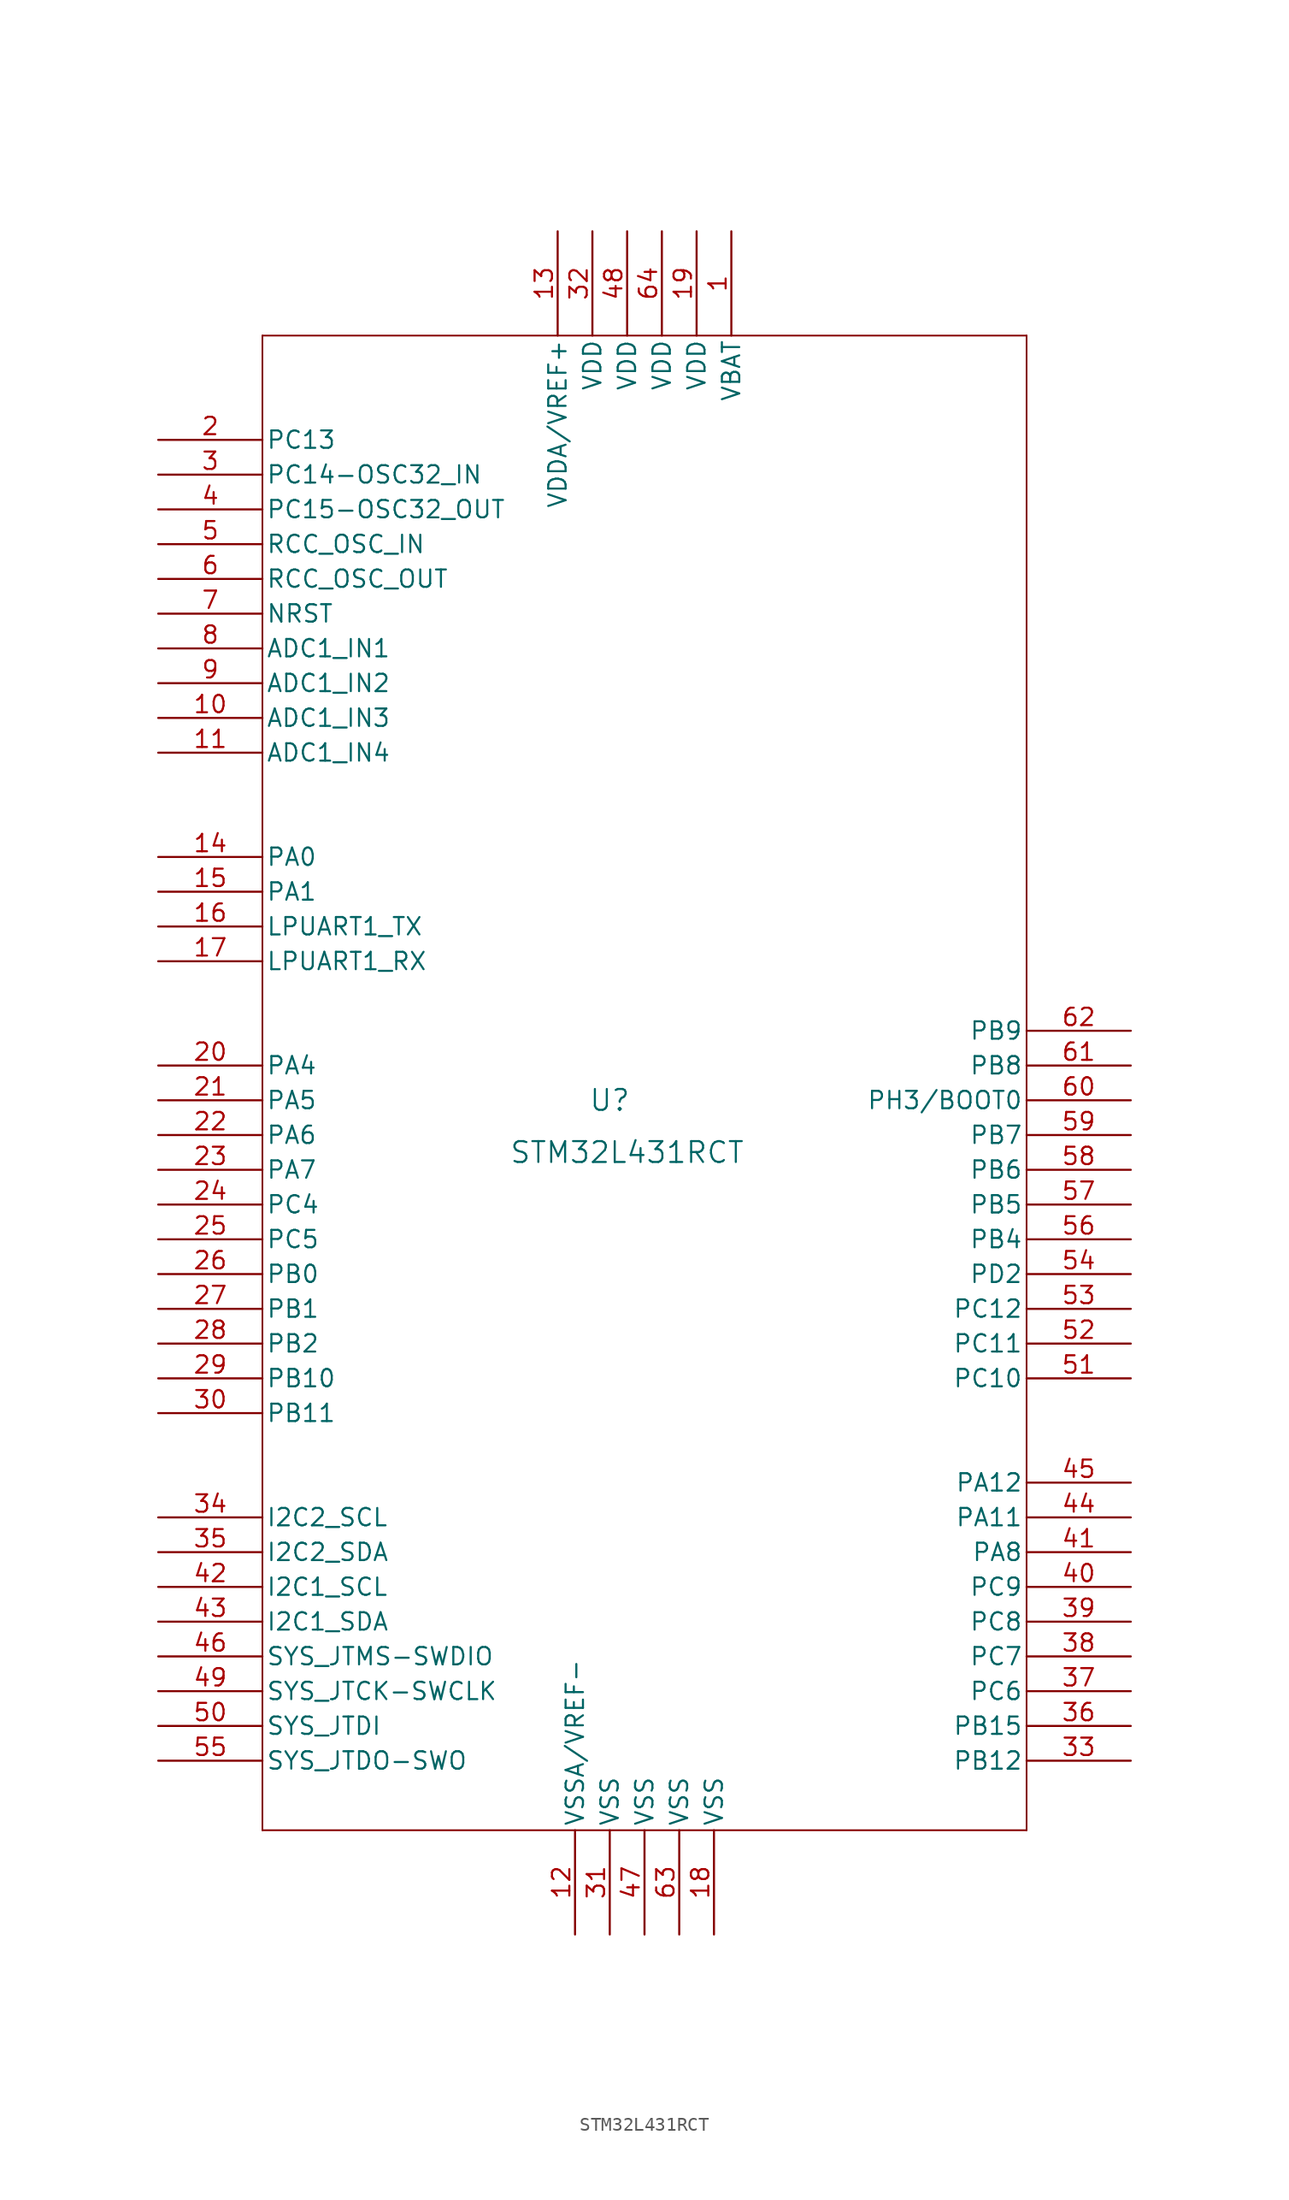
<source format=kicad_sym>
(kicad_symbol_lib
  (version 20211014)
  (generator kicad_symbol_editor)
  (symbol "STM32L431RCT"
    (pin_names
      (offset 0.254))
    (property "Reference" "U"
      (at 33.02 -50.8 0)
      (effects (font (size 1.524 1.524))))
    (property "Value" "STM32L431RCT"
      (at 34.29 -54.61 0)
      (effects (font (size 1.524 1.524))))
    (property "ki_locked" ""
      (at 0 0 0)
      (effects (font (size 1.27 1.27))))
    (symbol "STM32L431RCT_0_1"
      (polyline (pts (xy 7.62 -104.14) (xy 63.5 -104.14)) (stroke (width 0.127) (type default) (color 0 0 0 0)) (fill (type none)))
      (polyline (pts (xy 7.62 5.08) (xy 7.62 -104.14)) (stroke (width 0.127) (type default) (color 0 0 0 0)) (fill (type none)))
      (polyline (pts (xy 63.5 -104.14) (xy 63.5 5.08)) (stroke (width 0.127) (type default) (color 0 0 0 0)) (fill (type none)))
      (polyline (pts (xy 63.5 5.08) (xy 7.62 5.08)) (stroke (width 0.127) (type default) (color 0 0 0 0)) (fill (type none)))
      (pin power_in line (at 41.91 12.7 270) (length 7.62) (name "VBAT" (effects (font (size 1.27 1.27)))) (number "1" (effects (font (size 1.27 1.27)))))
      (pin unspecified line (at 0 -22.86 0) (length 7.62) (name "ADC1_IN3" (effects (font (size 1.27 1.27)))) (number "10" (effects (font (size 1.27 1.27)))))
      (pin unspecified line (at 0 -25.4 0) (length 7.62) (name "ADC1_IN4" (effects (font (size 1.27 1.27)))) (number "11" (effects (font (size 1.27 1.27)))))
      (pin power_in line (at 30.48 -111.76 90) (length 7.62) (name "VSSA/VREF-" (effects (font (size 1.27 1.27)))) (number "12" (effects (font (size 1.27 1.27)))))
      (pin power_in line (at 29.21 12.7 270) (length 7.62) (name "VDDA/VREF+" (effects (font (size 1.27 1.27)))) (number "13" (effects (font (size 1.27 1.27)))))
      (pin bidirectional line (at 0 -33.02 0) (length 7.62) (name "PA0" (effects (font (size 1.27 1.27)))) (number "14" (effects (font (size 1.27 1.27)))))
      (pin bidirectional line (at 0 -35.56 0) (length 7.62) (name "PA1" (effects (font (size 1.27 1.27)))) (number "15" (effects (font (size 1.27 1.27)))))
      (pin unspecified line (at 0 -38.1 0) (length 7.62) (name "LPUART1_TX" (effects (font (size 1.27 1.27)))) (number "16" (effects (font (size 1.27 1.27)))))
      (pin unspecified line (at 0 -40.64 0) (length 7.62) (name "LPUART1_RX" (effects (font (size 1.27 1.27)))) (number "17" (effects (font (size 1.27 1.27)))))
      (pin power_in line (at 40.64 -111.76 90) (length 7.62) (name "VSS" (effects (font (size 1.27 1.27)))) (number "18" (effects (font (size 1.27 1.27)))))
      (pin power_in line (at 39.37 12.7 270) (length 7.62) (name "VDD" (effects (font (size 1.27 1.27)))) (number "19" (effects (font (size 1.27 1.27)))))
      (pin bidirectional line (at 0 -2.54 0) (length 7.62) (name "PC13" (effects (font (size 1.27 1.27)))) (number "2" (effects (font (size 1.27 1.27)))))
      (pin bidirectional line (at 0 -48.26 0) (length 7.62) (name "PA4" (effects (font (size 1.27 1.27)))) (number "20" (effects (font (size 1.27 1.27)))))
      (pin bidirectional line (at 0 -50.8 0) (length 7.62) (name "PA5" (effects (font (size 1.27 1.27)))) (number "21" (effects (font (size 1.27 1.27)))))
      (pin bidirectional line (at 0 -53.34 0) (length 7.62) (name "PA6" (effects (font (size 1.27 1.27)))) (number "22" (effects (font (size 1.27 1.27)))))
      (pin bidirectional line (at 0 -55.88 0) (length 7.62) (name "PA7" (effects (font (size 1.27 1.27)))) (number "23" (effects (font (size 1.27 1.27)))))
      (pin bidirectional line (at 0 -58.42 0) (length 7.62) (name "PC4" (effects (font (size 1.27 1.27)))) (number "24" (effects (font (size 1.27 1.27)))))
      (pin bidirectional line (at 0 -60.96 0) (length 7.62) (name "PC5" (effects (font (size 1.27 1.27)))) (number "25" (effects (font (size 1.27 1.27)))))
      (pin bidirectional line (at 0 -63.5 0) (length 7.62) (name "PB0" (effects (font (size 1.27 1.27)))) (number "26" (effects (font (size 1.27 1.27)))))
      (pin bidirectional line (at 0 -66.04 0) (length 7.62) (name "PB1" (effects (font (size 1.27 1.27)))) (number "27" (effects (font (size 1.27 1.27)))))
      (pin bidirectional line (at 0 -68.58 0) (length 7.62) (name "PB2" (effects (font (size 1.27 1.27)))) (number "28" (effects (font (size 1.27 1.27)))))
      (pin bidirectional line (at 0 -71.12 0) (length 7.62) (name "PB10" (effects (font (size 1.27 1.27)))) (number "29" (effects (font (size 1.27 1.27)))))
      (pin bidirectional line (at 0 -5.08 0) (length 7.62) (name "PC14-OSC32_IN" (effects (font (size 1.27 1.27)))) (number "3" (effects (font (size 1.27 1.27)))))
      (pin bidirectional line (at 0 -73.66 0) (length 7.62) (name "PB11" (effects (font (size 1.27 1.27)))) (number "30" (effects (font (size 1.27 1.27)))))
      (pin power_in line (at 33.02 -111.76 90) (length 7.62) (name "VSS" (effects (font (size 1.27 1.27)))) (number "31" (effects (font (size 1.27 1.27)))))
      (pin power_in line (at 31.75 12.7 270) (length 7.62) (name "VDD" (effects (font (size 1.27 1.27)))) (number "32" (effects (font (size 1.27 1.27)))))
      (pin bidirectional line (at 71.12 -99.06 180) (length 7.62) (name "PB12" (effects (font (size 1.27 1.27)))) (number "33" (effects (font (size 1.27 1.27)))))
      (pin unspecified line (at 0 -81.28 0) (length 7.62) (name "I2C2_SCL" (effects (font (size 1.27 1.27)))) (number "34" (effects (font (size 1.27 1.27)))))
      (pin unspecified line (at 0 -83.82 0) (length 7.62) (name "I2C2_SDA" (effects (font (size 1.27 1.27)))) (number "35" (effects (font (size 1.27 1.27)))))
      (pin bidirectional line (at 71.12 -96.52 180) (length 7.62) (name "PB15" (effects (font (size 1.27 1.27)))) (number "36" (effects (font (size 1.27 1.27)))))
      (pin bidirectional line (at 71.12 -93.98 180) (length 7.62) (name "PC6" (effects (font (size 1.27 1.27)))) (number "37" (effects (font (size 1.27 1.27)))))
      (pin bidirectional line (at 71.12 -91.44 180) (length 7.62) (name "PC7" (effects (font (size 1.27 1.27)))) (number "38" (effects (font (size 1.27 1.27)))))
      (pin bidirectional line (at 71.12 -88.9 180) (length 7.62) (name "PC8" (effects (font (size 1.27 1.27)))) (number "39" (effects (font (size 1.27 1.27)))))
      (pin bidirectional line (at 0 -7.62 0) (length 7.62) (name "PC15-OSC32_OUT" (effects (font (size 1.27 1.27)))) (number "4" (effects (font (size 1.27 1.27)))))
      (pin bidirectional line (at 71.12 -86.36 180) (length 7.62) (name "PC9" (effects (font (size 1.27 1.27)))) (number "40" (effects (font (size 1.27 1.27)))))
      (pin bidirectional line (at 71.12 -83.82 180) (length 7.62) (name "PA8" (effects (font (size 1.27 1.27)))) (number "41" (effects (font (size 1.27 1.27)))))
      (pin unspecified line (at 0 -86.36 0) (length 7.62) (name "I2C1_SCL" (effects (font (size 1.27 1.27)))) (number "42" (effects (font (size 1.27 1.27)))))
      (pin unspecified line (at 0 -88.9 0) (length 7.62) (name "I2C1_SDA" (effects (font (size 1.27 1.27)))) (number "43" (effects (font (size 1.27 1.27)))))
      (pin bidirectional line (at 71.12 -81.28 180) (length 7.62) (name "PA11" (effects (font (size 1.27 1.27)))) (number "44" (effects (font (size 1.27 1.27)))))
      (pin bidirectional line (at 71.12 -78.74 180) (length 7.62) (name "PA12" (effects (font (size 1.27 1.27)))) (number "45" (effects (font (size 1.27 1.27)))))
      (pin unspecified line (at 0 -91.44 0) (length 7.62) (name "SYS_JTMS-SWDIO" (effects (font (size 1.27 1.27)))) (number "46" (effects (font (size 1.27 1.27)))))
      (pin power_in line (at 35.56 -111.76 90) (length 7.62) (name "VSS" (effects (font (size 1.27 1.27)))) (number "47" (effects (font (size 1.27 1.27)))))
      (pin power_in line (at 34.29 12.7 270) (length 7.62) (name "VDD" (effects (font (size 1.27 1.27)))) (number "48" (effects (font (size 1.27 1.27)))))
      (pin unspecified line (at 0 -93.98 0) (length 7.62) (name "SYS_JTCK-SWCLK" (effects (font (size 1.27 1.27)))) (number "49" (effects (font (size 1.27 1.27)))))
      (pin unspecified line (at 0 -10.16 0) (length 7.62) (name "RCC_OSC_IN" (effects (font (size 1.27 1.27)))) (number "5" (effects (font (size 1.27 1.27)))))
      (pin unspecified line (at 0 -96.52 0) (length 7.62) (name "SYS_JTDI" (effects (font (size 1.27 1.27)))) (number "50" (effects (font (size 1.27 1.27)))))
      (pin bidirectional line (at 71.12 -71.12 180) (length 7.62) (name "PC10" (effects (font (size 1.27 1.27)))) (number "51" (effects (font (size 1.27 1.27)))))
      (pin bidirectional line (at 71.12 -68.58 180) (length 7.62) (name "PC11" (effects (font (size 1.27 1.27)))) (number "52" (effects (font (size 1.27 1.27)))))
      (pin bidirectional line (at 71.12 -66.04 180) (length 7.62) (name "PC12" (effects (font (size 1.27 1.27)))) (number "53" (effects (font (size 1.27 1.27)))))
      (pin bidirectional line (at 71.12 -63.5 180) (length 7.62) (name "PD2" (effects (font (size 1.27 1.27)))) (number "54" (effects (font (size 1.27 1.27)))))
      (pin unspecified line (at 0 -99.06 0) (length 7.62) (name "SYS_JTDO-SWO" (effects (font (size 1.27 1.27)))) (number "55" (effects (font (size 1.27 1.27)))))
      (pin bidirectional line (at 71.12 -60.96 180) (length 7.62) (name "PB4" (effects (font (size 1.27 1.27)))) (number "56" (effects (font (size 1.27 1.27)))))
      (pin bidirectional line (at 71.12 -58.42 180) (length 7.62) (name "PB5" (effects (font (size 1.27 1.27)))) (number "57" (effects (font (size 1.27 1.27)))))
      (pin bidirectional line (at 71.12 -55.88 180) (length 7.62) (name "PB6" (effects (font (size 1.27 1.27)))) (number "58" (effects (font (size 1.27 1.27)))))
      (pin bidirectional line (at 71.12 -53.34 180) (length 7.62) (name "PB7" (effects (font (size 1.27 1.27)))) (number "59" (effects (font (size 1.27 1.27)))))
      (pin unspecified line (at 0 -12.7 0) (length 7.62) (name "RCC_OSC_OUT" (effects (font (size 1.27 1.27)))) (number "6" (effects (font (size 1.27 1.27)))))
      (pin bidirectional line (at 71.12 -50.8 180) (length 7.62) (name "PH3/BOOT0" (effects (font (size 1.27 1.27)))) (number "60" (effects (font (size 1.27 1.27)))))
      (pin bidirectional line (at 71.12 -48.26 180) (length 7.62) (name "PB8" (effects (font (size 1.27 1.27)))) (number "61" (effects (font (size 1.27 1.27)))))
      (pin bidirectional line (at 71.12 -45.72 180) (length 7.62) (name "PB9" (effects (font (size 1.27 1.27)))) (number "62" (effects (font (size 1.27 1.27)))))
      (pin power_in line (at 38.1 -111.76 90) (length 7.62) (name "VSS" (effects (font (size 1.27 1.27)))) (number "63" (effects (font (size 1.27 1.27)))))
      (pin power_in line (at 36.83 12.7 270) (length 7.62) (name "VDD" (effects (font (size 1.27 1.27)))) (number "64" (effects (font (size 1.27 1.27)))))
      (pin bidirectional line (at 0 -15.24 0) (length 7.62) (name "NRST" (effects (font (size 1.27 1.27)))) (number "7" (effects (font (size 1.27 1.27)))))
      (pin unspecified line (at 0 -17.78 0) (length 7.62) (name "ADC1_IN1" (effects (font (size 1.27 1.27)))) (number "8" (effects (font (size 1.27 1.27)))))
      (pin unspecified line (at 0 -20.32 0) (length 7.62) (name "ADC1_IN2" (effects (font (size 1.27 1.27)))) (number "9" (effects (font (size 1.27 1.27))))))))
</source>
